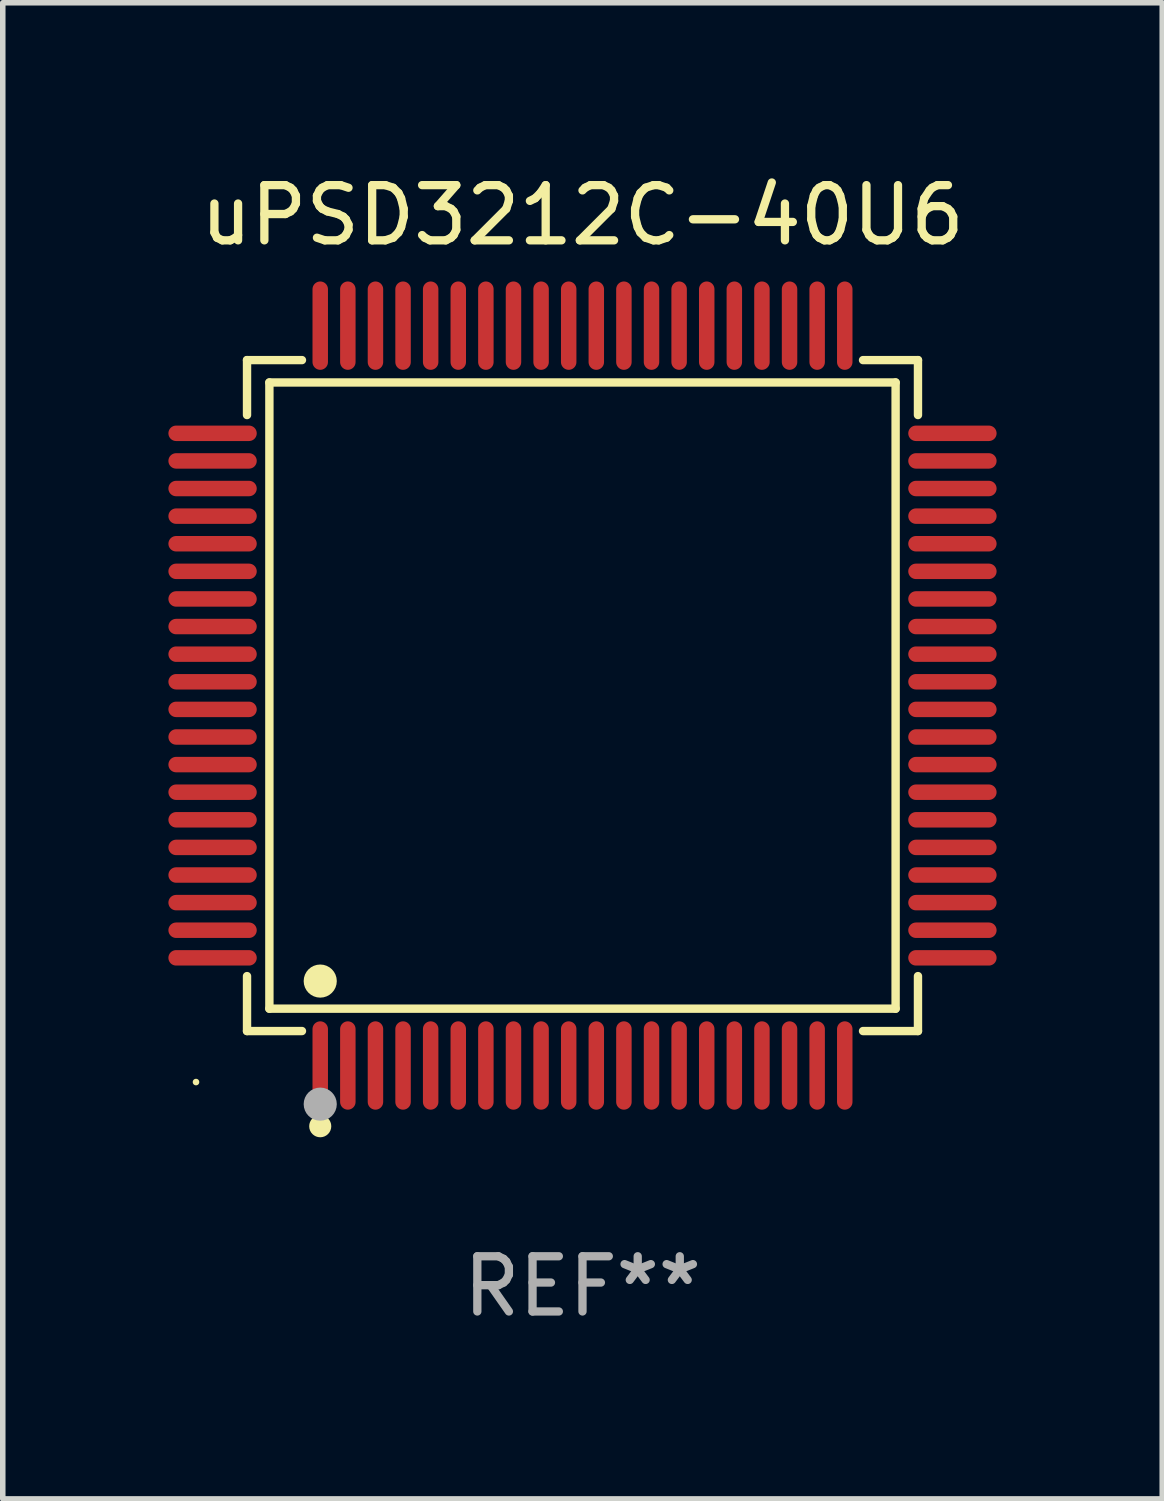
<source format=kicad_pcb>
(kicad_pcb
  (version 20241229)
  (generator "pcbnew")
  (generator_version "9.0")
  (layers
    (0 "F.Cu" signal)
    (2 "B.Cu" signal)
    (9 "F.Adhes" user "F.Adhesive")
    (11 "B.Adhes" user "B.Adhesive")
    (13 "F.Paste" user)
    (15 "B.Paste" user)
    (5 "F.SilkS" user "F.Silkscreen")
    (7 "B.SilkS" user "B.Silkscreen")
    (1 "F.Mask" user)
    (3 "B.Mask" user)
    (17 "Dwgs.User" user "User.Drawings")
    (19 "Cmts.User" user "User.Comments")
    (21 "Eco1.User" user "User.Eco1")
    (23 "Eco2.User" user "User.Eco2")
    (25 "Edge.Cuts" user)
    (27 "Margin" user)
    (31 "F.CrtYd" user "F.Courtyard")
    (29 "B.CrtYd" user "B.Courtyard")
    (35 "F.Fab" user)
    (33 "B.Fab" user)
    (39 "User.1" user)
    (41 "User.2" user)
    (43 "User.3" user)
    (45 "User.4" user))
  (footprint "uPSD3212C-40U6"
    (layer "F.Cu")
    (at 7.5 9.548)
    (property "Reference" "uPSD3212C-40U6" (at 0 -8.7 0) (layer "F.SilkS") (effects (font (size 1 1) (thickness 0.15))))
    (attr through_hole)
    (fp_line (start -6.076 -6.076) (end -5.081 -6.076) (stroke (width 0.152) (type solid)) (layer "F.SilkS"))
    (fp_line (start -6.076 -5.081) (end -6.076 -6.076) (stroke (width 0.152) (type solid)) (layer "F.SilkS"))
    (fp_line (start -6.076 5.081) (end -6.076 6.076) (stroke (width 0.152) (type solid)) (layer "F.SilkS"))
    (fp_line (start -6.076 6.076) (end -5.081 6.076) (stroke (width 0.152) (type solid)) (layer "F.SilkS"))
    (fp_line (start -5.671 -5.671) (end 5.671 -5.671) (stroke (width 0.152) (type solid)) (layer "F.SilkS"))
    (fp_line (start -5.671 5.671) (end -5.671 -5.671) (stroke (width 0.152) (type solid)) (layer "F.SilkS"))
    (fp_line (start 5.671 -5.671) (end 5.671 5.671) (stroke (width 0.152) (type solid)) (layer "F.SilkS"))
    (fp_line (start 5.671 5.671) (end -5.671 5.671) (stroke (width 0.152) (type solid)) (layer "F.SilkS"))
    (fp_line (start 6.076 -6.076) (end 5.081 -6.076) (stroke (width 0.152) (type solid)) (layer "F.SilkS"))
    (fp_line (start 6.076 -5.081) (end 6.076 -6.076) (stroke (width 0.152) (type solid)) (layer "F.SilkS"))
    (fp_line (start 6.076 5.081) (end 6.076 6.076) (stroke (width 0.152) (type solid)) (layer "F.SilkS"))
    (fp_line (start 6.076 6.076) (end 5.081 6.076) (stroke (width 0.152) (type solid)) (layer "F.SilkS"))
    (fp_circle (center -7 7) (end -6.97 7) (stroke (width 0.06) (type solid)) (fill no) (layer "F.SilkS"))
    (fp_circle (center -4.75 5.171) (end -4.6 5.171) (stroke (width 0.3) (type solid)) (fill no) (layer "F.SilkS"))
    (fp_circle (center -4.75 7.8) (end -4.65 7.8) (stroke (width 0.2) (type solid)) (fill no) (layer "F.SilkS"))
    (fp_circle (center -4.75 7.4) (end -4.6 7.4) (stroke (width 0.3) (type solid)) (fill no) (layer "F.Fab"))
    (fp_text user "REF**" (at 0 10.7 0) (layer "F.Fab") (effects (font (size 1 1) (thickness 0.15))))
    (pad "1" smd oval (at -4.75 6.7) (size 0.28 1.6) (layers "F.Cu" "F.Mask" "F.Paste"))
    (pad "2" smd oval (at -4.25 6.7) (size 0.28 1.6) (layers "F.Cu" "F.Mask" "F.Paste"))
    (pad "3" smd oval (at -3.75 6.7) (size 0.28 1.6) (layers "F.Cu" "F.Mask" "F.Paste"))
    (pad "4" smd oval (at -3.25 6.7) (size 0.28 1.6) (layers "F.Cu" "F.Mask" "F.Paste"))
    (pad "5" smd oval (at -2.75 6.7) (size 0.28 1.6) (layers "F.Cu" "F.Mask" "F.Paste"))
    (pad "6" smd oval (at -2.25 6.7) (size 0.28 1.6) (layers "F.Cu" "F.Mask" "F.Paste"))
    (pad "7" smd oval (at -1.75 6.7) (size 0.28 1.6) (layers "F.Cu" "F.Mask" "F.Paste"))
    (pad "8" smd oval (at -1.25 6.7) (size 0.28 1.6) (layers "F.Cu" "F.Mask" "F.Paste"))
    (pad "9" smd oval (at -0.75 6.7) (size 0.28 1.6) (layers "F.Cu" "F.Mask" "F.Paste"))
    (pad "10" smd oval (at -0.25 6.7) (size 0.28 1.6) (layers "F.Cu" "F.Mask" "F.Paste"))
    (pad "11" smd oval (at 0.25 6.7) (size 0.28 1.6) (layers "F.Cu" "F.Mask" "F.Paste"))
    (pad "12" smd oval (at 0.75 6.7) (size 0.28 1.6) (layers "F.Cu" "F.Mask" "F.Paste"))
    (pad "13" smd oval (at 1.25 6.7) (size 0.28 1.6) (layers "F.Cu" "F.Mask" "F.Paste"))
    (pad "14" smd oval (at 1.75 6.7) (size 0.28 1.6) (layers "F.Cu" "F.Mask" "F.Paste"))
    (pad "15" smd oval (at 2.25 6.7) (size 0.28 1.6) (layers "F.Cu" "F.Mask" "F.Paste"))
    (pad "16" smd oval (at 2.75 6.7) (size 0.28 1.6) (layers "F.Cu" "F.Mask" "F.Paste"))
    (pad "17" smd oval (at 3.25 6.7) (size 0.28 1.6) (layers "F.Cu" "F.Mask" "F.Paste"))
    (pad "18" smd oval (at 3.75 6.7) (size 0.28 1.6) (layers "F.Cu" "F.Mask" "F.Paste"))
    (pad "19" smd oval (at 4.25 6.7) (size 0.28 1.6) (layers "F.Cu" "F.Mask" "F.Paste"))
    (pad "20" smd oval (at 4.75 6.7) (size 0.28 1.6) (layers "F.Cu" "F.Mask" "F.Paste"))
    (pad "21" smd oval (at 6.7 4.75) (size 1.6 0.28) (layers "F.Cu" "F.Mask" "F.Paste"))
    (pad "22" smd oval (at 6.7 4.25) (size 1.6 0.28) (layers "F.Cu" "F.Mask" "F.Paste"))
    (pad "23" smd oval (at 6.7 3.75) (size 1.6 0.28) (layers "F.Cu" "F.Mask" "F.Paste"))
    (pad "24" smd oval (at 6.7 3.25) (size 1.6 0.28) (layers "F.Cu" "F.Mask" "F.Paste"))
    (pad "25" smd oval (at 6.7 2.75) (size 1.6 0.28) (layers "F.Cu" "F.Mask" "F.Paste"))
    (pad "26" smd oval (at 6.7 2.25) (size 1.6 0.28) (layers "F.Cu" "F.Mask" "F.Paste"))
    (pad "27" smd oval (at 6.7 1.75) (size 1.6 0.28) (layers "F.Cu" "F.Mask" "F.Paste"))
    (pad "28" smd oval (at 6.7 1.25) (size 1.6 0.28) (layers "F.Cu" "F.Mask" "F.Paste"))
    (pad "29" smd oval (at 6.7 0.75) (size 1.6 0.28) (layers "F.Cu" "F.Mask" "F.Paste"))
    (pad "30" smd oval (at 6.7 0.25) (size 1.6 0.28) (layers "F.Cu" "F.Mask" "F.Paste"))
    (pad "31" smd oval (at 6.7 -0.25) (size 1.6 0.28) (layers "F.Cu" "F.Mask" "F.Paste"))
    (pad "32" smd oval (at 6.7 -0.75) (size 1.6 0.28) (layers "F.Cu" "F.Mask" "F.Paste"))
    (pad "33" smd oval (at 6.7 -1.25) (size 1.6 0.28) (layers "F.Cu" "F.Mask" "F.Paste"))
    (pad "34" smd oval (at 6.7 -1.75) (size 1.6 0.28) (layers "F.Cu" "F.Mask" "F.Paste"))
    (pad "35" smd oval (at 6.7 -2.25) (size 1.6 0.28) (layers "F.Cu" "F.Mask" "F.Paste"))
    (pad "36" smd oval (at 6.7 -2.75) (size 1.6 0.28) (layers "F.Cu" "F.Mask" "F.Paste"))
    (pad "37" smd oval (at 6.7 -3.25) (size 1.6 0.28) (layers "F.Cu" "F.Mask" "F.Paste"))
    (pad "38" smd oval (at 6.7 -3.75) (size 1.6 0.28) (layers "F.Cu" "F.Mask" "F.Paste"))
    (pad "39" smd oval (at 6.7 -4.25) (size 1.6 0.28) (layers "F.Cu" "F.Mask" "F.Paste"))
    (pad "40" smd oval (at 6.7 -4.75) (size 1.6 0.28) (layers "F.Cu" "F.Mask" "F.Paste"))
    (pad "41" smd oval (at 4.75 -6.7) (size 0.28 1.6) (layers "F.Cu" "F.Mask" "F.Paste"))
    (pad "42" smd oval (at 4.25 -6.7) (size 0.28 1.6) (layers "F.Cu" "F.Mask" "F.Paste"))
    (pad "43" smd oval (at 3.75 -6.7) (size 0.28 1.6) (layers "F.Cu" "F.Mask" "F.Paste"))
    (pad "44" smd oval (at 3.25 -6.7) (size 0.28 1.6) (layers "F.Cu" "F.Mask" "F.Paste"))
    (pad "45" smd oval (at 2.75 -6.7) (size 0.28 1.6) (layers "F.Cu" "F.Mask" "F.Paste"))
    (pad "46" smd oval (at 2.25 -6.7) (size 0.28 1.6) (layers "F.Cu" "F.Mask" "F.Paste"))
    (pad "47" smd oval (at 1.75 -6.7) (size 0.28 1.6) (layers "F.Cu" "F.Mask" "F.Paste"))
    (pad "48" smd oval (at 1.25 -6.7) (size 0.28 1.6) (layers "F.Cu" "F.Mask" "F.Paste"))
    (pad "49" smd oval (at 0.75 -6.7) (size 0.28 1.6) (layers "F.Cu" "F.Mask" "F.Paste"))
    (pad "50" smd oval (at 0.25 -6.7) (size 0.28 1.6) (layers "F.Cu" "F.Mask" "F.Paste"))
    (pad "51" smd oval (at -0.25 -6.7) (size 0.28 1.6) (layers "F.Cu" "F.Mask" "F.Paste"))
    (pad "52" smd oval (at -0.75 -6.7) (size 0.28 1.6) (layers "F.Cu" "F.Mask" "F.Paste"))
    (pad "53" smd oval (at -1.25 -6.7) (size 0.28 1.6) (layers "F.Cu" "F.Mask" "F.Paste"))
    (pad "54" smd oval (at -1.75 -6.7) (size 0.28 1.6) (layers "F.Cu" "F.Mask" "F.Paste"))
    (pad "55" smd oval (at -2.25 -6.7) (size 0.28 1.6) (layers "F.Cu" "F.Mask" "F.Paste"))
    (pad "56" smd oval (at -2.75 -6.7) (size 0.28 1.6) (layers "F.Cu" "F.Mask" "F.Paste"))
    (pad "57" smd oval (at -3.25 -6.7) (size 0.28 1.6) (layers "F.Cu" "F.Mask" "F.Paste"))
    (pad "58" smd oval (at -3.75 -6.7) (size 0.28 1.6) (layers "F.Cu" "F.Mask" "F.Paste"))
    (pad "59" smd oval (at -4.25 -6.7) (size 0.28 1.6) (layers "F.Cu" "F.Mask" "F.Paste"))
    (pad "60" smd oval (at -4.75 -6.7) (size 0.28 1.6) (layers "F.Cu" "F.Mask" "F.Paste"))
    (pad "61" smd oval (at -6.7 -4.75) (size 1.6 0.28) (layers "F.Cu" "F.Mask" "F.Paste"))
    (pad "62" smd oval (at -6.7 -4.25) (size 1.6 0.28) (layers "F.Cu" "F.Mask" "F.Paste"))
    (pad "63" smd oval (at -6.7 -3.75) (size 1.6 0.28) (layers "F.Cu" "F.Mask" "F.Paste"))
    (pad "64" smd oval (at -6.7 -3.25) (size 1.6 0.28) (layers "F.Cu" "F.Mask" "F.Paste"))
    (pad "65" smd oval (at -6.7 -2.75) (size 1.6 0.28) (layers "F.Cu" "F.Mask" "F.Paste"))
    (pad "66" smd oval (at -6.7 -2.25) (size 1.6 0.28) (layers "F.Cu" "F.Mask" "F.Paste"))
    (pad "67" smd oval (at -6.7 -1.75) (size 1.6 0.28) (layers "F.Cu" "F.Mask" "F.Paste"))
    (pad "68" smd oval (at -6.7 -1.25) (size 1.6 0.28) (layers "F.Cu" "F.Mask" "F.Paste"))
    (pad "69" smd oval (at -6.7 -0.75) (size 1.6 0.28) (layers "F.Cu" "F.Mask" "F.Paste"))
    (pad "70" smd oval (at -6.7 -0.25) (size 1.6 0.28) (layers "F.Cu" "F.Mask" "F.Paste"))
    (pad "71" smd oval (at -6.7 0.25) (size 1.6 0.28) (layers "F.Cu" "F.Mask" "F.Paste"))
    (pad "72" smd oval (at -6.7 0.75) (size 1.6 0.28) (layers "F.Cu" "F.Mask" "F.Paste"))
    (pad "73" smd oval (at -6.7 1.25) (size 1.6 0.28) (layers "F.Cu" "F.Mask" "F.Paste"))
    (pad "74" smd oval (at -6.7 1.75) (size 1.6 0.28) (layers "F.Cu" "F.Mask" "F.Paste"))
    (pad "75" smd oval (at -6.7 2.25) (size 1.6 0.28) (layers "F.Cu" "F.Mask" "F.Paste"))
    (pad "76" smd oval (at -6.7 2.75) (size 1.6 0.28) (layers "F.Cu" "F.Mask" "F.Paste"))
    (pad "77" smd oval (at -6.7 3.25) (size 1.6 0.28) (layers "F.Cu" "F.Mask" "F.Paste"))
    (pad "78" smd oval (at -6.7 3.75) (size 1.6 0.28) (layers "F.Cu" "F.Mask" "F.Paste"))
    (pad "79" smd oval (at -6.7 4.25) (size 1.6 0.28) (layers "F.Cu" "F.Mask" "F.Paste"))
    (pad "80" smd oval (at -6.7 4.75) (size 1.6 0.28) (layers "F.Cu" "F.Mask" "F.Paste")))
  (gr_rect
    (start -3 -3)
    (end 18 24.097)
    (stroke (width 0.1) (type default))
    (fill no)
    (layer "Edge.Cuts")))
</source>
